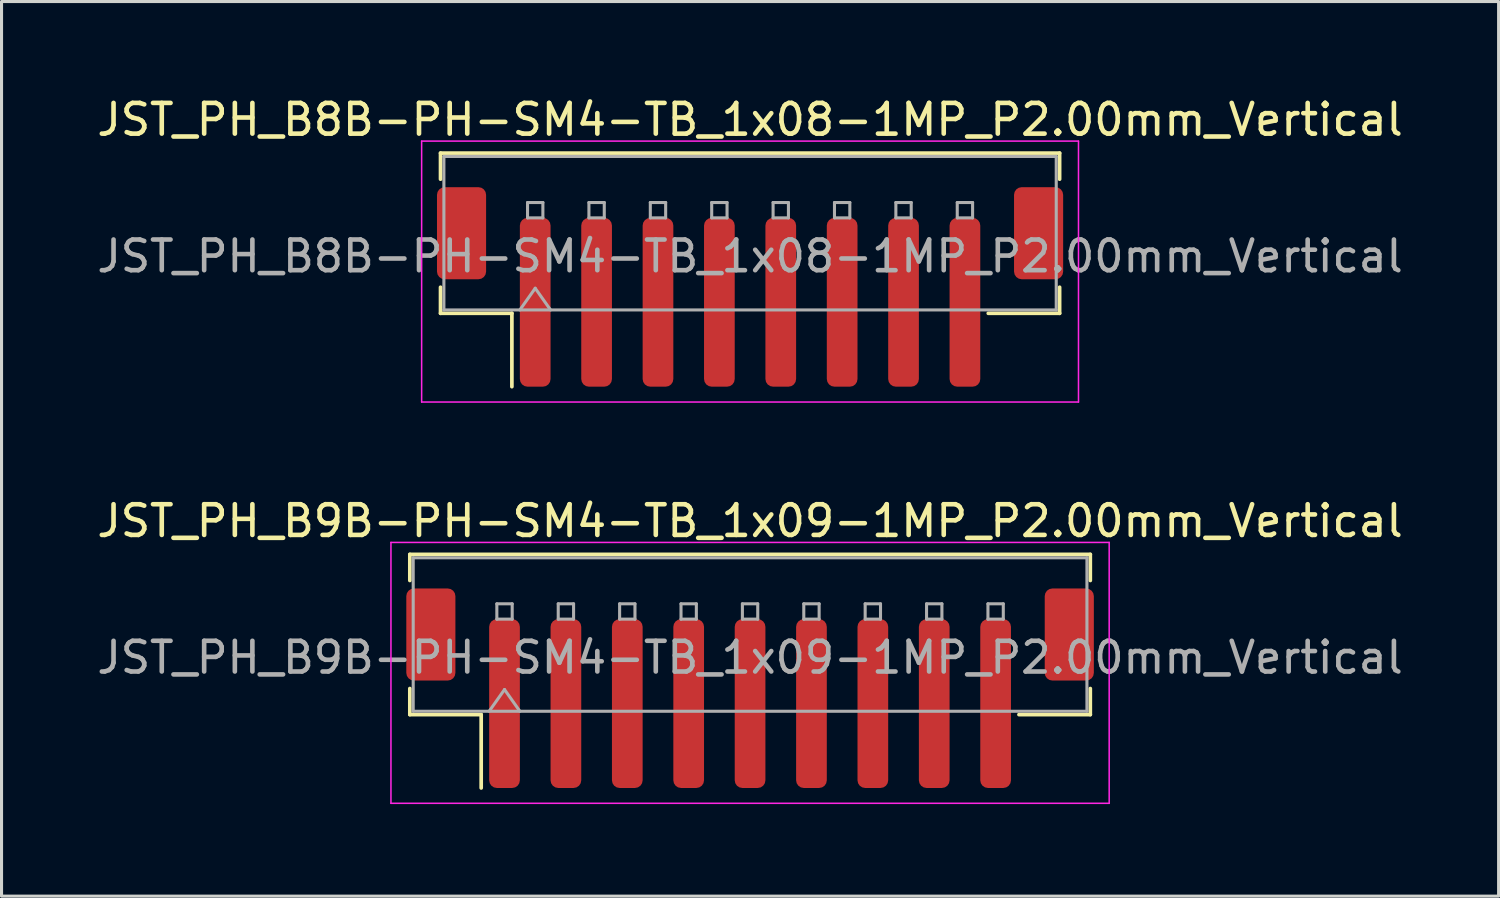
<source format=kicad_pcb>
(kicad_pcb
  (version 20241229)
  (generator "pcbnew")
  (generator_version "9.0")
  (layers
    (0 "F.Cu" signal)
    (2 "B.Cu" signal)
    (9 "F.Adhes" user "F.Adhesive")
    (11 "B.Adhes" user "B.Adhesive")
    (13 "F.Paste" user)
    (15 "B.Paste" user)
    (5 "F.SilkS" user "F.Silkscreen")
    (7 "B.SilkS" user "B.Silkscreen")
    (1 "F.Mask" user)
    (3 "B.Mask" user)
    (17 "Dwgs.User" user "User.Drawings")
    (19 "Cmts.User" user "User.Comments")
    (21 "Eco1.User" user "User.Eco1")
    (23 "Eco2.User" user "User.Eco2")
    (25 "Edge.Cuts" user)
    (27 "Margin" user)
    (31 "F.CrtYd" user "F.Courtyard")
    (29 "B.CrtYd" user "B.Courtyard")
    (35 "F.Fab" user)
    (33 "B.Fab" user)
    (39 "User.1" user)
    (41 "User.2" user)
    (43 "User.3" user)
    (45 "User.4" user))
  (footprint "JST_PH_B9B-PH-SM4-TB_1x09-1MP_P2.00mm_Vertical"
    (layer "F.Cu")
    (at 21.387 19.372)
    (property "Reference" "JST_PH_B9B-PH-SM4-TB_1x09-1MP_P2.00mm_Vertical" (at 0 -5.45 0) (layer "F.SilkS") (effects (font (size 1 1) (thickness 0.15))))
    (attr smd)
    (fp_line (start -11.085 -4.36) (end 11.085 -4.36) (stroke (width 0.12) (type solid)) (layer "F.SilkS"))
    (fp_line (start -11.085 -3.51) (end -11.085 -4.36) (stroke (width 0.12) (type solid)) (layer "F.SilkS"))
    (fp_line (start -11.085 0.01) (end -11.085 0.86) (stroke (width 0.12) (type solid)) (layer "F.SilkS"))
    (fp_line (start -11.085 0.86) (end -8.76 0.86) (stroke (width 0.12) (type solid)) (layer "F.SilkS"))
    (fp_line (start -8.76 0.86) (end -8.76 3.25) (stroke (width 0.12) (type solid)) (layer "F.SilkS"))
    (fp_line (start 11.085 -4.36) (end 11.085 -3.51) (stroke (width 0.12) (type solid)) (layer "F.SilkS"))
    (fp_line (start 11.085 0.01) (end 11.085 0.86) (stroke (width 0.12) (type solid)) (layer "F.SilkS"))
    (fp_line (start 11.085 0.86) (end 8.76 0.86) (stroke (width 0.12) (type solid)) (layer "F.SilkS"))
    (fp_line (start -11.7 -4.75) (end -11.7 3.75) (stroke (width 0.05) (type solid)) (layer "F.CrtYd"))
    (fp_line (start -11.7 3.75) (end 11.7 3.75) (stroke (width 0.05) (type solid)) (layer "F.CrtYd"))
    (fp_line (start 11.7 -4.75) (end -11.7 -4.75) (stroke (width 0.05) (type solid)) (layer "F.CrtYd"))
    (fp_line (start 11.7 3.75) (end 11.7 -4.75) (stroke (width 0.05) (type solid)) (layer "F.CrtYd"))
    (fp_line (start -10.975 -4.25) (end 10.975 -4.25) (stroke (width 0.1) (type solid)) (layer "F.Fab"))
    (fp_line (start -10.975 0.75) (end -10.975 -4.25) (stroke (width 0.1) (type solid)) (layer "F.Fab"))
    (fp_line (start -10.975 0.75) (end 10.975 0.75) (stroke (width 0.1) (type solid)) (layer "F.Fab"))
    (fp_line (start -8.5 0.75) (end -8 0.043) (stroke (width 0.1) (type solid)) (layer "F.Fab"))
    (fp_line (start -8.25 -2.75) (end -8.25 -2.25) (stroke (width 0.1) (type solid)) (layer "F.Fab"))
    (fp_line (start -8.25 -2.25) (end -7.75 -2.25) (stroke (width 0.1) (type solid)) (layer "F.Fab"))
    (fp_line (start -8 0.043) (end -7.5 0.75) (stroke (width 0.1) (type solid)) (layer "F.Fab"))
    (fp_line (start -7.75 -2.75) (end -8.25 -2.75) (stroke (width 0.1) (type solid)) (layer "F.Fab"))
    (fp_line (start -7.75 -2.25) (end -7.75 -2.75) (stroke (width 0.1) (type solid)) (layer "F.Fab"))
    (fp_line (start -6.25 -2.75) (end -6.25 -2.25) (stroke (width 0.1) (type solid)) (layer "F.Fab"))
    (fp_line (start -6.25 -2.25) (end -5.75 -2.25) (stroke (width 0.1) (type solid)) (layer "F.Fab"))
    (fp_line (start -5.75 -2.75) (end -6.25 -2.75) (stroke (width 0.1) (type solid)) (layer "F.Fab"))
    (fp_line (start -5.75 -2.25) (end -5.75 -2.75) (stroke (width 0.1) (type solid)) (layer "F.Fab"))
    (fp_line (start -4.25 -2.75) (end -4.25 -2.25) (stroke (width 0.1) (type solid)) (layer "F.Fab"))
    (fp_line (start -4.25 -2.25) (end -3.75 -2.25) (stroke (width 0.1) (type solid)) (layer "F.Fab"))
    (fp_line (start -3.75 -2.75) (end -4.25 -2.75) (stroke (width 0.1) (type solid)) (layer "F.Fab"))
    (fp_line (start -3.75 -2.25) (end -3.75 -2.75) (stroke (width 0.1) (type solid)) (layer "F.Fab"))
    (fp_line (start -2.25 -2.75) (end -2.25 -2.25) (stroke (width 0.1) (type solid)) (layer "F.Fab"))
    (fp_line (start -2.25 -2.25) (end -1.75 -2.25) (stroke (width 0.1) (type solid)) (layer "F.Fab"))
    (fp_line (start -1.75 -2.75) (end -2.25 -2.75) (stroke (width 0.1) (type solid)) (layer "F.Fab"))
    (fp_line (start -1.75 -2.25) (end -1.75 -2.75) (stroke (width 0.1) (type solid)) (layer "F.Fab"))
    (fp_line (start -0.25 -2.75) (end -0.25 -2.25) (stroke (width 0.1) (type solid)) (layer "F.Fab"))
    (fp_line (start -0.25 -2.25) (end 0.25 -2.25) (stroke (width 0.1) (type solid)) (layer "F.Fab"))
    (fp_line (start 0.25 -2.75) (end -0.25 -2.75) (stroke (width 0.1) (type solid)) (layer "F.Fab"))
    (fp_line (start 0.25 -2.25) (end 0.25 -2.75) (stroke (width 0.1) (type solid)) (layer "F.Fab"))
    (fp_line (start 1.75 -2.75) (end 1.75 -2.25) (stroke (width 0.1) (type solid)) (layer "F.Fab"))
    (fp_line (start 1.75 -2.25) (end 2.25 -2.25) (stroke (width 0.1) (type solid)) (layer "F.Fab"))
    (fp_line (start 2.25 -2.75) (end 1.75 -2.75) (stroke (width 0.1) (type solid)) (layer "F.Fab"))
    (fp_line (start 2.25 -2.25) (end 2.25 -2.75) (stroke (width 0.1) (type solid)) (layer "F.Fab"))
    (fp_line (start 3.75 -2.75) (end 3.75 -2.25) (stroke (width 0.1) (type solid)) (layer "F.Fab"))
    (fp_line (start 3.75 -2.25) (end 4.25 -2.25) (stroke (width 0.1) (type solid)) (layer "F.Fab"))
    (fp_line (start 4.25 -2.75) (end 3.75 -2.75) (stroke (width 0.1) (type solid)) (layer "F.Fab"))
    (fp_line (start 4.25 -2.25) (end 4.25 -2.75) (stroke (width 0.1) (type solid)) (layer "F.Fab"))
    (fp_line (start 5.75 -2.75) (end 5.75 -2.25) (stroke (width 0.1) (type solid)) (layer "F.Fab"))
    (fp_line (start 5.75 -2.25) (end 6.25 -2.25) (stroke (width 0.1) (type solid)) (layer "F.Fab"))
    (fp_line (start 6.25 -2.75) (end 5.75 -2.75) (stroke (width 0.1) (type solid)) (layer "F.Fab"))
    (fp_line (start 6.25 -2.25) (end 6.25 -2.75) (stroke (width 0.1) (type solid)) (layer "F.Fab"))
    (fp_line (start 7.75 -2.75) (end 7.75 -2.25) (stroke (width 0.1) (type solid)) (layer "F.Fab"))
    (fp_line (start 7.75 -2.25) (end 8.25 -2.25) (stroke (width 0.1) (type solid)) (layer "F.Fab"))
    (fp_line (start 8.25 -2.75) (end 7.75 -2.75) (stroke (width 0.1) (type solid)) (layer "F.Fab"))
    (fp_line (start 8.25 -2.25) (end 8.25 -2.75) (stroke (width 0.1) (type solid)) (layer "F.Fab"))
    (fp_line (start 10.975 0.75) (end 10.975 -4.25) (stroke (width 0.1) (type solid)) (layer "F.Fab"))
    (fp_text user "${REFERENCE}" (at 0 -1 0) (layer "F.Fab") (effects (font (size 1 1) (thickness 0.15))))
    (pad "1" smd roundrect (at -8 0.5) (size 1 5.5) (layers "F.Cu" "F.Mask" "F.Paste") (roundrect_rratio 0.25))
    (pad "2" smd roundrect (at -6 0.5) (size 1 5.5) (layers "F.Cu" "F.Mask" "F.Paste") (roundrect_rratio 0.25))
    (pad "3" smd roundrect (at -4 0.5) (size 1 5.5) (layers "F.Cu" "F.Mask" "F.Paste") (roundrect_rratio 0.25))
    (pad "4" smd roundrect (at -2 0.5) (size 1 5.5) (layers "F.Cu" "F.Mask" "F.Paste") (roundrect_rratio 0.25))
    (pad "5" smd roundrect (at 0 0.5) (size 1 5.5) (layers "F.Cu" "F.Mask" "F.Paste") (roundrect_rratio 0.25))
    (pad "6" smd roundrect (at 2 0.5) (size 1 5.5) (layers "F.Cu" "F.Mask" "F.Paste") (roundrect_rratio 0.25))
    (pad "7" smd roundrect (at 4 0.5) (size 1 5.5) (layers "F.Cu" "F.Mask" "F.Paste") (roundrect_rratio 0.25))
    (pad "8" smd roundrect (at 6 0.5) (size 1 5.5) (layers "F.Cu" "F.Mask" "F.Paste") (roundrect_rratio 0.25))
    (pad "9" smd roundrect (at 8 0.5) (size 1 5.5) (layers "F.Cu" "F.Mask" "F.Paste") (roundrect_rratio 0.25))
    (pad "MP" smd roundrect (at -10.4 -1.75) (size 1.6 3) (layers "F.Cu" "F.Mask" "F.Paste") (roundrect_rratio 0.156))
    (pad "MP" smd roundrect (at 10.4 -1.75) (size 1.6 3) (layers "F.Cu" "F.Mask" "F.Paste") (roundrect_rratio 0.156)))
  (footprint "JST_PH_B8B-PH-SM4-TB_1x08-1MP_P2.00mm_Vertical"
    (layer "F.Cu")
    (at 21.387 6.298)
    (property "Reference" "JST_PH_B8B-PH-SM4-TB_1x08-1MP_P2.00mm_Vertical" (at 0 -5.45 0) (layer "F.SilkS") (effects (font (size 1 1) (thickness 0.15))))
    (attr smd)
    (fp_line (start -10.085 -4.36) (end 10.085 -4.36) (stroke (width 0.12) (type solid)) (layer "F.SilkS"))
    (fp_line (start -10.085 -3.51) (end -10.085 -4.36) (stroke (width 0.12) (type solid)) (layer "F.SilkS"))
    (fp_line (start -10.085 0.01) (end -10.085 0.86) (stroke (width 0.12) (type solid)) (layer "F.SilkS"))
    (fp_line (start -10.085 0.86) (end -7.76 0.86) (stroke (width 0.12) (type solid)) (layer "F.SilkS"))
    (fp_line (start -7.76 0.86) (end -7.76 3.25) (stroke (width 0.12) (type solid)) (layer "F.SilkS"))
    (fp_line (start 10.085 -4.36) (end 10.085 -3.51) (stroke (width 0.12) (type solid)) (layer "F.SilkS"))
    (fp_line (start 10.085 0.01) (end 10.085 0.86) (stroke (width 0.12) (type solid)) (layer "F.SilkS"))
    (fp_line (start 10.085 0.86) (end 7.76 0.86) (stroke (width 0.12) (type solid)) (layer "F.SilkS"))
    (fp_line (start -10.7 -4.75) (end -10.7 3.75) (stroke (width 0.05) (type solid)) (layer "F.CrtYd"))
    (fp_line (start -10.7 3.75) (end 10.7 3.75) (stroke (width 0.05) (type solid)) (layer "F.CrtYd"))
    (fp_line (start 10.7 -4.75) (end -10.7 -4.75) (stroke (width 0.05) (type solid)) (layer "F.CrtYd"))
    (fp_line (start 10.7 3.75) (end 10.7 -4.75) (stroke (width 0.05) (type solid)) (layer "F.CrtYd"))
    (fp_line (start -9.975 -4.25) (end 9.975 -4.25) (stroke (width 0.1) (type solid)) (layer "F.Fab"))
    (fp_line (start -9.975 0.75) (end -9.975 -4.25) (stroke (width 0.1) (type solid)) (layer "F.Fab"))
    (fp_line (start -9.975 0.75) (end 9.975 0.75) (stroke (width 0.1) (type solid)) (layer "F.Fab"))
    (fp_line (start -7.5 0.75) (end -7 0.043) (stroke (width 0.1) (type solid)) (layer "F.Fab"))
    (fp_line (start -7.25 -2.75) (end -7.25 -2.25) (stroke (width 0.1) (type solid)) (layer "F.Fab"))
    (fp_line (start -7.25 -2.25) (end -6.75 -2.25) (stroke (width 0.1) (type solid)) (layer "F.Fab"))
    (fp_line (start -7 0.043) (end -6.5 0.75) (stroke (width 0.1) (type solid)) (layer "F.Fab"))
    (fp_line (start -6.75 -2.75) (end -7.25 -2.75) (stroke (width 0.1) (type solid)) (layer "F.Fab"))
    (fp_line (start -6.75 -2.25) (end -6.75 -2.75) (stroke (width 0.1) (type solid)) (layer "F.Fab"))
    (fp_line (start -5.25 -2.75) (end -5.25 -2.25) (stroke (width 0.1) (type solid)) (layer "F.Fab"))
    (fp_line (start -5.25 -2.25) (end -4.75 -2.25) (stroke (width 0.1) (type solid)) (layer "F.Fab"))
    (fp_line (start -4.75 -2.75) (end -5.25 -2.75) (stroke (width 0.1) (type solid)) (layer "F.Fab"))
    (fp_line (start -4.75 -2.25) (end -4.75 -2.75) (stroke (width 0.1) (type solid)) (layer "F.Fab"))
    (fp_line (start -3.25 -2.75) (end -3.25 -2.25) (stroke (width 0.1) (type solid)) (layer "F.Fab"))
    (fp_line (start -3.25 -2.25) (end -2.75 -2.25) (stroke (width 0.1) (type solid)) (layer "F.Fab"))
    (fp_line (start -2.75 -2.75) (end -3.25 -2.75) (stroke (width 0.1) (type solid)) (layer "F.Fab"))
    (fp_line (start -2.75 -2.25) (end -2.75 -2.75) (stroke (width 0.1) (type solid)) (layer "F.Fab"))
    (fp_line (start -1.25 -2.75) (end -1.25 -2.25) (stroke (width 0.1) (type solid)) (layer "F.Fab"))
    (fp_line (start -1.25 -2.25) (end -0.75 -2.25) (stroke (width 0.1) (type solid)) (layer "F.Fab"))
    (fp_line (start -0.75 -2.75) (end -1.25 -2.75) (stroke (width 0.1) (type solid)) (layer "F.Fab"))
    (fp_line (start -0.75 -2.25) (end -0.75 -2.75) (stroke (width 0.1) (type solid)) (layer "F.Fab"))
    (fp_line (start 0.75 -2.75) (end 0.75 -2.25) (stroke (width 0.1) (type solid)) (layer "F.Fab"))
    (fp_line (start 0.75 -2.25) (end 1.25 -2.25) (stroke (width 0.1) (type solid)) (layer "F.Fab"))
    (fp_line (start 1.25 -2.75) (end 0.75 -2.75) (stroke (width 0.1) (type solid)) (layer "F.Fab"))
    (fp_line (start 1.25 -2.25) (end 1.25 -2.75) (stroke (width 0.1) (type solid)) (layer "F.Fab"))
    (fp_line (start 2.75 -2.75) (end 2.75 -2.25) (stroke (width 0.1) (type solid)) (layer "F.Fab"))
    (fp_line (start 2.75 -2.25) (end 3.25 -2.25) (stroke (width 0.1) (type solid)) (layer "F.Fab"))
    (fp_line (start 3.25 -2.75) (end 2.75 -2.75) (stroke (width 0.1) (type solid)) (layer "F.Fab"))
    (fp_line (start 3.25 -2.25) (end 3.25 -2.75) (stroke (width 0.1) (type solid)) (layer "F.Fab"))
    (fp_line (start 4.75 -2.75) (end 4.75 -2.25) (stroke (width 0.1) (type solid)) (layer "F.Fab"))
    (fp_line (start 4.75 -2.25) (end 5.25 -2.25) (stroke (width 0.1) (type solid)) (layer "F.Fab"))
    (fp_line (start 5.25 -2.75) (end 4.75 -2.75) (stroke (width 0.1) (type solid)) (layer "F.Fab"))
    (fp_line (start 5.25 -2.25) (end 5.25 -2.75) (stroke (width 0.1) (type solid)) (layer "F.Fab"))
    (fp_line (start 6.75 -2.75) (end 6.75 -2.25) (stroke (width 0.1) (type solid)) (layer "F.Fab"))
    (fp_line (start 6.75 -2.25) (end 7.25 -2.25) (stroke (width 0.1) (type solid)) (layer "F.Fab"))
    (fp_line (start 7.25 -2.75) (end 6.75 -2.75) (stroke (width 0.1) (type solid)) (layer "F.Fab"))
    (fp_line (start 7.25 -2.25) (end 7.25 -2.75) (stroke (width 0.1) (type solid)) (layer "F.Fab"))
    (fp_line (start 9.975 0.75) (end 9.975 -4.25) (stroke (width 0.1) (type solid)) (layer "F.Fab"))
    (fp_text user "${REFERENCE}" (at 0 -1 0) (layer "F.Fab") (effects (font (size 1 1) (thickness 0.15))))
    (pad "1" smd roundrect (at -7 0.5) (size 1 5.5) (layers "F.Cu" "F.Mask" "F.Paste") (roundrect_rratio 0.25))
    (pad "2" smd roundrect (at -5 0.5) (size 1 5.5) (layers "F.Cu" "F.Mask" "F.Paste") (roundrect_rratio 0.25))
    (pad "3" smd roundrect (at -3 0.5) (size 1 5.5) (layers "F.Cu" "F.Mask" "F.Paste") (roundrect_rratio 0.25))
    (pad "4" smd roundrect (at -1 0.5) (size 1 5.5) (layers "F.Cu" "F.Mask" "F.Paste") (roundrect_rratio 0.25))
    (pad "5" smd roundrect (at 1 0.5) (size 1 5.5) (layers "F.Cu" "F.Mask" "F.Paste") (roundrect_rratio 0.25))
    (pad "6" smd roundrect (at 3 0.5) (size 1 5.5) (layers "F.Cu" "F.Mask" "F.Paste") (roundrect_rratio 0.25))
    (pad "7" smd roundrect (at 5 0.5) (size 1 5.5) (layers "F.Cu" "F.Mask" "F.Paste") (roundrect_rratio 0.25))
    (pad "8" smd roundrect (at 7 0.5) (size 1 5.5) (layers "F.Cu" "F.Mask" "F.Paste") (roundrect_rratio 0.25))
    (pad "MP" smd roundrect (at -9.4 -1.75) (size 1.6 3) (layers "F.Cu" "F.Mask" "F.Paste") (roundrect_rratio 0.156))
    (pad "MP" smd roundrect (at 9.4 -1.75) (size 1.6 3) (layers "F.Cu" "F.Mask" "F.Paste") (roundrect_rratio 0.156)))
  (gr_rect
    (start -3 -3)
    (end 45.774 26.146)
    (stroke (width 0.1) (type default))
    (fill no)
    (layer "Edge.Cuts")))
</source>
